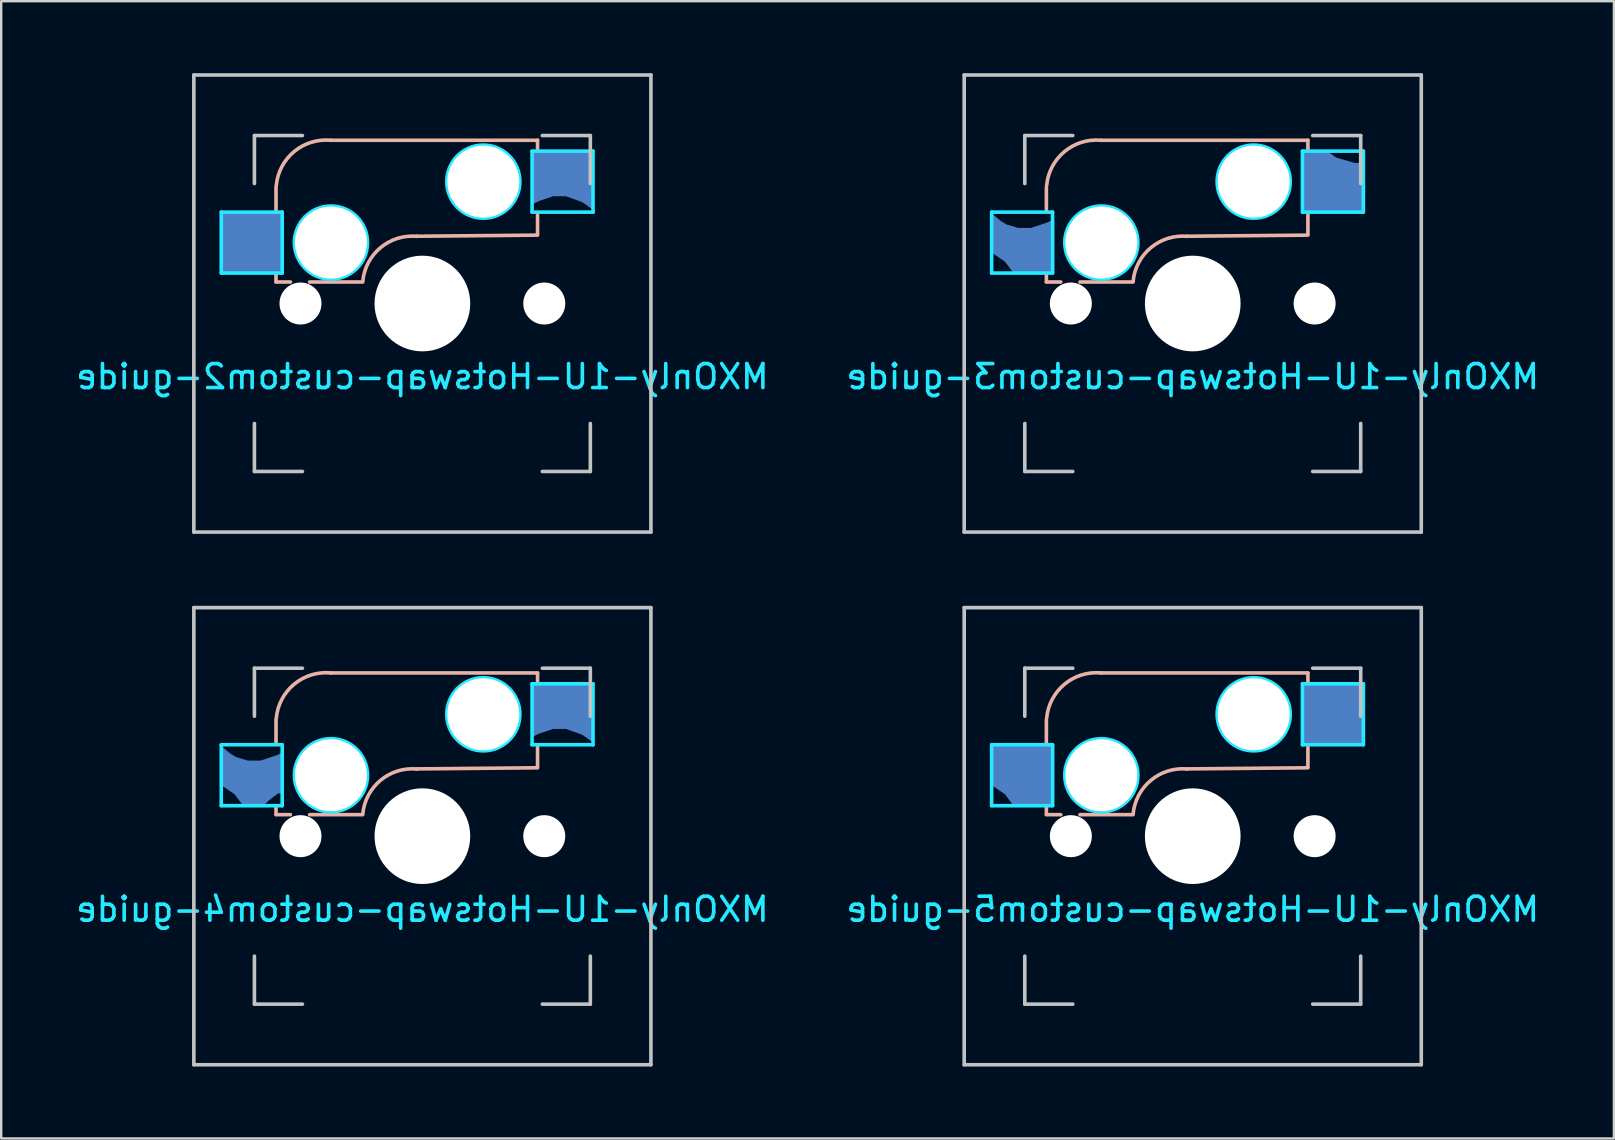
<source format=kicad_pcb>
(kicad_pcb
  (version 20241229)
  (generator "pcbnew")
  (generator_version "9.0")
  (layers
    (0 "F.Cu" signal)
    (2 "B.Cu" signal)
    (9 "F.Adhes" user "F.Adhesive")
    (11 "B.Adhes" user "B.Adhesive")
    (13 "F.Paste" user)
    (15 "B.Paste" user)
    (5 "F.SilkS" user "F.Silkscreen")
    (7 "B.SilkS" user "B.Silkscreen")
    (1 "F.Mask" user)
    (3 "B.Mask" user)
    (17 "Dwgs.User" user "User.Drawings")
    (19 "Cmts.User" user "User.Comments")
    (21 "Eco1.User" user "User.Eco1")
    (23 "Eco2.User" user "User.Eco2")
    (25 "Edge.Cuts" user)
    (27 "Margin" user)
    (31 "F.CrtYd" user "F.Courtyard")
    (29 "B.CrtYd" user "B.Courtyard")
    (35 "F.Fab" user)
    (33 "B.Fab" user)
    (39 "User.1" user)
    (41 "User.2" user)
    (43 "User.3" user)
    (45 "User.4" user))
  (footprint "MXOnly-1U-Hotswap-custom2-guide"
    (layer "F.Cu")
    (at 14.554 9.6)
    (property "Reference" "MXOnly-1U-Hotswap-custom2-guide" (at 0 3.048 0) (layer "B.CrtYd") (effects (font (size 1 1) (thickness 0.15)) (justify mirror)))
    (attr smd)
    (fp_line (start -6.1 -4.85) (end -6.1 -3.9) (stroke (width 0.15) (type solid)) (layer "B.SilkS"))
    (fp_line (start -6.1 -1.2) (end -6.1 -0.905) (stroke (width 0.15) (type solid)) (layer "B.SilkS"))
    (fp_line (start -6.1 -0.896) (end -5.5 -0.896) (stroke (width 0.15) (type solid)) (layer "B.SilkS"))
    (fp_line (start -4.7 -0.896) (end -2.49 -0.896) (stroke (width 0.15) (type solid)) (layer "B.SilkS"))
    (fp_line (start 4.8 -6.804) (end -3.825 -6.804) (stroke (width 0.15) (type solid)) (layer "B.SilkS"))
    (fp_line (start 4.8 -6.45) (end 4.8 -6.804) (stroke (width 0.15) (type solid)) (layer "B.SilkS"))
    (fp_line (start 4.8 -2.896) (end 4.8 -3.7) (stroke (width 0.15) (type solid)) (layer "B.SilkS"))
    (fp_line (start 4.8 -2.85) (end -0.25 -2.804) (stroke (width 0.15) (type solid)) (layer "B.SilkS"))
    (fp_arc (start -6.089 -4.92) (mid -5.347189 -6.33089) (end -3.825 -6.804) (stroke (width 0.15) (type solid)) (layer "B.SilkS"))
    (fp_arc (start -2.485 -0.92) (mid -1.744361 -2.328061) (end -0.225 -2.8) (stroke (width 0.15) (type solid)) (layer "B.SilkS"))
    (fp_line (start -9.525 -9.525) (end 9.525 -9.525) (stroke (width 0.15) (type solid)) (layer "Dwgs.User"))
    (fp_line (start -9.525 9.525) (end -9.525 -9.525) (stroke (width 0.15) (type solid)) (layer "Dwgs.User"))
    (fp_line (start -7 -7) (end -7 -5) (stroke (width 0.15) (type solid)) (layer "Dwgs.User"))
    (fp_line (start -7 5) (end -7 7) (stroke (width 0.15) (type solid)) (layer "Dwgs.User"))
    (fp_line (start -7 7) (end -5 7) (stroke (width 0.15) (type solid)) (layer "Dwgs.User"))
    (fp_line (start -5 -7) (end -7 -7) (stroke (width 0.15) (type solid)) (layer "Dwgs.User"))
    (fp_line (start 5 -7) (end 7 -7) (stroke (width 0.15) (type solid)) (layer "Dwgs.User"))
    (fp_line (start 5 7) (end 7 7) (stroke (width 0.15) (type solid)) (layer "Dwgs.User"))
    (fp_line (start 7 -7) (end 7 -5) (stroke (width 0.15) (type solid)) (layer "Dwgs.User"))
    (fp_line (start 7 7) (end 7 5) (stroke (width 0.15) (type solid)) (layer "Dwgs.User"))
    (fp_line (start 9.525 -9.525) (end 9.525 9.525) (stroke (width 0.15) (type solid)) (layer "Dwgs.User"))
    (fp_line (start 9.525 9.525) (end -9.525 9.525) (stroke (width 0.15) (type solid)) (layer "Dwgs.User"))
    (fp_line (start -8.382 -3.81) (end -8.382 -1.27) (stroke (width 0.15) (type solid)) (layer "B.CrtYd"))
    (fp_line (start -8.382 -1.27) (end -5.842 -1.27) (stroke (width 0.15) (type solid)) (layer "B.CrtYd"))
    (fp_line (start -5.842 -3.81) (end -8.382 -3.81) (stroke (width 0.15) (type solid)) (layer "B.CrtYd"))
    (fp_line (start -5.842 -1.27) (end -5.842 -3.81) (stroke (width 0.15) (type solid)) (layer "B.CrtYd"))
    (fp_line (start 4.572 -6.35) (end 7.112 -6.35) (stroke (width 0.15) (type solid)) (layer "B.CrtYd"))
    (fp_line (start 4.572 -3.81) (end 4.572 -6.35) (stroke (width 0.15) (type solid)) (layer "B.CrtYd"))
    (fp_line (start 7.112 -6.35) (end 7.112 -3.81) (stroke (width 0.15) (type solid)) (layer "B.CrtYd"))
    (fp_line (start 7.112 -3.81) (end 4.572 -3.81) (stroke (width 0.15) (type solid)) (layer "B.CrtYd"))
    (fp_circle (center -3.81 -2.54) (end -3.81 -4.064) (stroke (width 0.15) (type solid)) (fill no) (layer "B.CrtYd"))
    (fp_circle (center 2.54 -5.08) (end 2.54 -6.604) (stroke (width 0.15) (type solid)) (fill no) (layer "B.CrtYd"))
    (pad "" np_thru_hole circle (at -5.08 0 48.1) (size 1.75 1.75) (drill 1.75) (layers "*.Cu" "*.Mask"))
    (pad "" np_thru_hole circle (at -3.81 -2.54) (size 3 3) (drill 3) (layers "*.Cu" "*.Mask"))
    (pad "" np_thru_hole circle (at 0 0) (size 3.988 3.988) (drill 3.988) (layers "*.Cu" "*.Mask"))
    (pad "" np_thru_hole circle (at 2.54 -5.08) (size 3 3) (drill 3) (layers "*.Cu" "*.Mask"))
    (pad "" np_thru_hole circle (at 5.08 0 48.1) (size 1.75 1.75) (drill 1.75) (layers "*.Cu" "*.Mask"))
    (pad "1" smd rect (at -7.085 -2.54) (size 2.55 2.5) (layers "B.Cu" "B.Mask" "B.Paste"))
    (pad "2" smd custom (at 5.842 -5.08) (size 0.1 0.1) (layers "B.Cu" "B.Mask" "B.Paste") (options (anchor rect)) (primitives (gr_poly (pts (xy -1.25 -1.25) (xy 1.25 -1.25) (xy 1.25 1.05) (xy 1.2 1.05) (xy 0.85 0.8) (xy 0.15 0.55) (xy -0.4 0.55) (xy -1 0.75) (xy -1.2 0.85) (xy -1.25 0.85)) (width 0.12) (fill yes)))))
  (footprint "MXOnly-1U-Hotswap-custom5-guide"
    (layer "F.Cu")
    (at 46.661 31.8)
    (property "Reference" "MXOnly-1U-Hotswap-custom5-guide" (at 0 3.048 0) (layer "B.CrtYd") (effects (font (size 1 1) (thickness 0.15)) (justify mirror)))
    (attr smd)
    (fp_line (start -6.1 -4.85) (end -6.1 -3.9) (stroke (width 0.15) (type solid)) (layer "B.SilkS"))
    (fp_line (start -6.1 -1.2) (end -6.1 -0.905) (stroke (width 0.15) (type solid)) (layer "B.SilkS"))
    (fp_line (start -6.1 -0.896) (end -5.5 -0.896) (stroke (width 0.15) (type solid)) (layer "B.SilkS"))
    (fp_line (start -4.7 -0.896) (end -2.49 -0.896) (stroke (width 0.15) (type solid)) (layer "B.SilkS"))
    (fp_line (start 4.8 -6.804) (end -3.825 -6.804) (stroke (width 0.15) (type solid)) (layer "B.SilkS"))
    (fp_line (start 4.8 -6.45) (end 4.8 -6.804) (stroke (width 0.15) (type solid)) (layer "B.SilkS"))
    (fp_line (start 4.8 -2.896) (end 4.8 -3.7) (stroke (width 0.15) (type solid)) (layer "B.SilkS"))
    (fp_line (start 4.8 -2.85) (end -0.25 -2.804) (stroke (width 0.15) (type solid)) (layer "B.SilkS"))
    (fp_arc (start -6.089 -4.92) (mid -5.347189 -6.33089) (end -3.825 -6.804) (stroke (width 0.15) (type solid)) (layer "B.SilkS"))
    (fp_arc (start -2.485 -0.92) (mid -1.744361 -2.328061) (end -0.225 -2.8) (stroke (width 0.15) (type solid)) (layer "B.SilkS"))
    (fp_line (start -9.525 -9.525) (end 9.525 -9.525) (stroke (width 0.15) (type solid)) (layer "Dwgs.User"))
    (fp_line (start -9.525 9.525) (end -9.525 -9.525) (stroke (width 0.15) (type solid)) (layer "Dwgs.User"))
    (fp_line (start -7 -7) (end -7 -5) (stroke (width 0.15) (type solid)) (layer "Dwgs.User"))
    (fp_line (start -7 5) (end -7 7) (stroke (width 0.15) (type solid)) (layer "Dwgs.User"))
    (fp_line (start -7 7) (end -5 7) (stroke (width 0.15) (type solid)) (layer "Dwgs.User"))
    (fp_line (start -5 -7) (end -7 -7) (stroke (width 0.15) (type solid)) (layer "Dwgs.User"))
    (fp_line (start 5 -7) (end 7 -7) (stroke (width 0.15) (type solid)) (layer "Dwgs.User"))
    (fp_line (start 5 7) (end 7 7) (stroke (width 0.15) (type solid)) (layer "Dwgs.User"))
    (fp_line (start 7 -7) (end 7 -5) (stroke (width 0.15) (type solid)) (layer "Dwgs.User"))
    (fp_line (start 7 7) (end 7 5) (stroke (width 0.15) (type solid)) (layer "Dwgs.User"))
    (fp_line (start 9.525 -9.525) (end 9.525 9.525) (stroke (width 0.15) (type solid)) (layer "Dwgs.User"))
    (fp_line (start 9.525 9.525) (end -9.525 9.525) (stroke (width 0.15) (type solid)) (layer "Dwgs.User"))
    (fp_line (start -8.382 -3.81) (end -8.382 -1.27) (stroke (width 0.15) (type solid)) (layer "B.CrtYd"))
    (fp_line (start -8.382 -1.27) (end -5.842 -1.27) (stroke (width 0.15) (type solid)) (layer "B.CrtYd"))
    (fp_line (start -5.842 -3.81) (end -8.382 -3.81) (stroke (width 0.15) (type solid)) (layer "B.CrtYd"))
    (fp_line (start -5.842 -1.27) (end -5.842 -3.81) (stroke (width 0.15) (type solid)) (layer "B.CrtYd"))
    (fp_line (start 4.572 -6.35) (end 7.112 -6.35) (stroke (width 0.15) (type solid)) (layer "B.CrtYd"))
    (fp_line (start 4.572 -3.81) (end 4.572 -6.35) (stroke (width 0.15) (type solid)) (layer "B.CrtYd"))
    (fp_line (start 7.112 -6.35) (end 7.112 -3.81) (stroke (width 0.15) (type solid)) (layer "B.CrtYd"))
    (fp_line (start 7.112 -3.81) (end 4.572 -3.81) (stroke (width 0.15) (type solid)) (layer "B.CrtYd"))
    (fp_circle (center -3.81 -2.54) (end -3.81 -4.064) (stroke (width 0.15) (type solid)) (fill no) (layer "B.CrtYd"))
    (fp_circle (center 2.54 -5.08) (end 2.54 -6.604) (stroke (width 0.15) (type solid)) (fill no) (layer "B.CrtYd"))
    (pad "" np_thru_hole circle (at -5.08 0 48.1) (size 1.75 1.75) (drill 1.75) (layers "*.Cu" "*.Mask"))
    (pad "" np_thru_hole circle (at -3.81 -2.54) (size 3 3) (drill 3) (layers "*.Cu" "*.Mask"))
    (pad "" np_thru_hole circle (at 0 0) (size 3.988 3.988) (drill 3.988) (layers "*.Cu" "*.Mask"))
    (pad "" np_thru_hole circle (at 2.54 -5.08) (size 3 3) (drill 3) (layers "*.Cu" "*.Mask"))
    (pad "" np_thru_hole circle (at 5.08 0 48.1) (size 1.75 1.75) (drill 1.75) (layers "*.Cu" "*.Mask"))
    (pad "1" smd custom (at -7.085 -2.54) (size 0.1 0.1) (layers "B.Cu" "B.Mask" "B.Paste") (options (anchor rect)) (primitives (gr_poly (pts (xy -1.25 -1.25) (xy 1.25 -1.25) (xy 1.25 1.25) (xy -0.325 1.25) (xy -0.7 0.75) (xy -1.25 0.375)) (width 0.12) (fill yes))))
    (pad "2" smd rect (at 5.842 -5.08) (size 2.55 2.5) (layers "B.Cu" "B.Mask" "B.Paste")))
  (footprint "MXOnly-1U-Hotswap-custom3-guide"
    (layer "F.Cu")
    (at 46.661 9.6)
    (property "Reference" "MXOnly-1U-Hotswap-custom3-guide" (at 0 3.048 0) (layer "B.CrtYd") (effects (font (size 1 1) (thickness 0.15)) (justify mirror)))
    (attr smd)
    (fp_line (start -6.1 -4.85) (end -6.1 -3.9) (stroke (width 0.15) (type solid)) (layer "B.SilkS"))
    (fp_line (start -6.1 -1.2) (end -6.1 -0.905) (stroke (width 0.15) (type solid)) (layer "B.SilkS"))
    (fp_line (start -6.1 -0.896) (end -5.5 -0.896) (stroke (width 0.15) (type solid)) (layer "B.SilkS"))
    (fp_line (start -4.7 -0.896) (end -2.49 -0.896) (stroke (width 0.15) (type solid)) (layer "B.SilkS"))
    (fp_line (start 4.8 -6.804) (end -3.825 -6.804) (stroke (width 0.15) (type solid)) (layer "B.SilkS"))
    (fp_line (start 4.8 -6.45) (end 4.8 -6.804) (stroke (width 0.15) (type solid)) (layer "B.SilkS"))
    (fp_line (start 4.8 -2.896) (end 4.8 -3.7) (stroke (width 0.15) (type solid)) (layer "B.SilkS"))
    (fp_line (start 4.8 -2.85) (end -0.25 -2.804) (stroke (width 0.15) (type solid)) (layer "B.SilkS"))
    (fp_arc (start -6.089 -4.92) (mid -5.347189 -6.33089) (end -3.825 -6.804) (stroke (width 0.15) (type solid)) (layer "B.SilkS"))
    (fp_arc (start -2.485 -0.92) (mid -1.744361 -2.328061) (end -0.225 -2.8) (stroke (width 0.15) (type solid)) (layer "B.SilkS"))
    (fp_line (start -9.525 -9.525) (end 9.525 -9.525) (stroke (width 0.15) (type solid)) (layer "Dwgs.User"))
    (fp_line (start -9.525 9.525) (end -9.525 -9.525) (stroke (width 0.15) (type solid)) (layer "Dwgs.User"))
    (fp_line (start -7 -7) (end -7 -5) (stroke (width 0.15) (type solid)) (layer "Dwgs.User"))
    (fp_line (start -7 5) (end -7 7) (stroke (width 0.15) (type solid)) (layer "Dwgs.User"))
    (fp_line (start -7 7) (end -5 7) (stroke (width 0.15) (type solid)) (layer "Dwgs.User"))
    (fp_line (start -5 -7) (end -7 -7) (stroke (width 0.15) (type solid)) (layer "Dwgs.User"))
    (fp_line (start 5 -7) (end 7 -7) (stroke (width 0.15) (type solid)) (layer "Dwgs.User"))
    (fp_line (start 5 7) (end 7 7) (stroke (width 0.15) (type solid)) (layer "Dwgs.User"))
    (fp_line (start 7 -7) (end 7 -5) (stroke (width 0.15) (type solid)) (layer "Dwgs.User"))
    (fp_line (start 7 7) (end 7 5) (stroke (width 0.15) (type solid)) (layer "Dwgs.User"))
    (fp_line (start 9.525 -9.525) (end 9.525 9.525) (stroke (width 0.15) (type solid)) (layer "Dwgs.User"))
    (fp_line (start 9.525 9.525) (end -9.525 9.525) (stroke (width 0.15) (type solid)) (layer "Dwgs.User"))
    (fp_line (start -8.382 -3.81) (end -8.382 -1.27) (stroke (width 0.15) (type solid)) (layer "B.CrtYd"))
    (fp_line (start -8.382 -1.27) (end -5.842 -1.27) (stroke (width 0.15) (type solid)) (layer "B.CrtYd"))
    (fp_line (start -5.842 -3.81) (end -8.382 -3.81) (stroke (width 0.15) (type solid)) (layer "B.CrtYd"))
    (fp_line (start -5.842 -1.27) (end -5.842 -3.81) (stroke (width 0.15) (type solid)) (layer "B.CrtYd"))
    (fp_line (start 4.572 -6.35) (end 7.112 -6.35) (stroke (width 0.15) (type solid)) (layer "B.CrtYd"))
    (fp_line (start 4.572 -3.81) (end 4.572 -6.35) (stroke (width 0.15) (type solid)) (layer "B.CrtYd"))
    (fp_line (start 7.112 -6.35) (end 7.112 -3.81) (stroke (width 0.15) (type solid)) (layer "B.CrtYd"))
    (fp_line (start 7.112 -3.81) (end 4.572 -3.81) (stroke (width 0.15) (type solid)) (layer "B.CrtYd"))
    (fp_circle (center -3.81 -2.54) (end -3.81 -4.064) (stroke (width 0.15) (type solid)) (fill no) (layer "B.CrtYd"))
    (fp_circle (center 2.54 -5.08) (end 2.54 -6.604) (stroke (width 0.15) (type solid)) (fill no) (layer "B.CrtYd"))
    (pad "" np_thru_hole circle (at -5.08 0 48.1) (size 1.75 1.75) (drill 1.75) (layers "*.Cu" "*.Mask"))
    (pad "" np_thru_hole circle (at -3.81 -2.54) (size 3 3) (drill 3) (layers "*.Cu" "*.Mask"))
    (pad "" np_thru_hole circle (at 0 0) (size 3.988 3.988) (drill 3.988) (layers "*.Cu" "*.Mask"))
    (pad "" np_thru_hole circle (at 2.54 -5.08) (size 3 3) (drill 3) (layers "*.Cu" "*.Mask"))
    (pad "" np_thru_hole circle (at 5.08 0 48.1) (size 1.75 1.75) (drill 1.75) (layers "*.Cu" "*.Mask"))
    (pad "1" smd custom (at -7.085 -2.54) (size 0.1 0.1) (layers "B.Cu" "B.Mask" "B.Paste") (options (anchor rect)) (primitives (gr_poly (pts (xy -1.25 -1.1) (xy -0.95 -0.85) (xy -0.7 -0.7) (xy -0.2 -0.55) (xy 0.35 -0.55) (xy 1.1 -0.8) (xy 1.25 -0.9) (xy 1.25 1.25) (xy -0.325 1.25) (xy -0.7 0.75) (xy -1.25 0.375)) (width 0.12) (fill yes))))
    (pad "2" smd custom (at 5.842 -5.08) (size 1 1) (layers "B.Cu" "B.Mask" "B.Paste") (options (anchor rect)) (primitives (gr_poly (pts (xy -1.25 -1.25) (xy -0.3 -1.25) (xy 0.1 -0.95) (xy 0.9 -0.72) (xy 1.25 -0.72) (xy 1.25 1.25) (xy -1.25 1.25)) (width 0.12) (fill yes)))))
  (footprint "MXOnly-1U-Hotswap-custom4-guide"
    (layer "F.Cu")
    (at 14.554 31.8)
    (property "Reference" "MXOnly-1U-Hotswap-custom4-guide" (at 0 3.048 0) (layer "B.CrtYd") (effects (font (size 1 1) (thickness 0.15)) (justify mirror)))
    (attr smd)
    (fp_line (start -6.1 -4.85) (end -6.1 -3.9) (stroke (width 0.15) (type solid)) (layer "B.SilkS"))
    (fp_line (start -6.1 -1.2) (end -6.1 -0.905) (stroke (width 0.15) (type solid)) (layer "B.SilkS"))
    (fp_line (start -6.1 -0.896) (end -5.5 -0.896) (stroke (width 0.15) (type solid)) (layer "B.SilkS"))
    (fp_line (start -4.7 -0.896) (end -2.49 -0.896) (stroke (width 0.15) (type solid)) (layer "B.SilkS"))
    (fp_line (start 4.8 -6.804) (end -3.825 -6.804) (stroke (width 0.15) (type solid)) (layer "B.SilkS"))
    (fp_line (start 4.8 -6.45) (end 4.8 -6.804) (stroke (width 0.15) (type solid)) (layer "B.SilkS"))
    (fp_line (start 4.8 -2.896) (end 4.8 -3.7) (stroke (width 0.15) (type solid)) (layer "B.SilkS"))
    (fp_line (start 4.8 -2.85) (end -0.25 -2.804) (stroke (width 0.15) (type solid)) (layer "B.SilkS"))
    (fp_arc (start -6.089 -4.92) (mid -5.347189 -6.33089) (end -3.825 -6.804) (stroke (width 0.15) (type solid)) (layer "B.SilkS"))
    (fp_arc (start -2.485 -0.92) (mid -1.744361 -2.328061) (end -0.225 -2.8) (stroke (width 0.15) (type solid)) (layer "B.SilkS"))
    (fp_line (start -9.525 -9.525) (end 9.525 -9.525) (stroke (width 0.15) (type solid)) (layer "Dwgs.User"))
    (fp_line (start -9.525 9.525) (end -9.525 -9.525) (stroke (width 0.15) (type solid)) (layer "Dwgs.User"))
    (fp_line (start -7 -7) (end -7 -5) (stroke (width 0.15) (type solid)) (layer "Dwgs.User"))
    (fp_line (start -7 5) (end -7 7) (stroke (width 0.15) (type solid)) (layer "Dwgs.User"))
    (fp_line (start -7 7) (end -5 7) (stroke (width 0.15) (type solid)) (layer "Dwgs.User"))
    (fp_line (start -5 -7) (end -7 -7) (stroke (width 0.15) (type solid)) (layer "Dwgs.User"))
    (fp_line (start 5 -7) (end 7 -7) (stroke (width 0.15) (type solid)) (layer "Dwgs.User"))
    (fp_line (start 5 7) (end 7 7) (stroke (width 0.15) (type solid)) (layer "Dwgs.User"))
    (fp_line (start 7 -7) (end 7 -5) (stroke (width 0.15) (type solid)) (layer "Dwgs.User"))
    (fp_line (start 7 7) (end 7 5) (stroke (width 0.15) (type solid)) (layer "Dwgs.User"))
    (fp_line (start 9.525 -9.525) (end 9.525 9.525) (stroke (width 0.15) (type solid)) (layer "Dwgs.User"))
    (fp_line (start 9.525 9.525) (end -9.525 9.525) (stroke (width 0.15) (type solid)) (layer "Dwgs.User"))
    (fp_line (start -8.382 -3.81) (end -8.382 -1.27) (stroke (width 0.15) (type solid)) (layer "B.CrtYd"))
    (fp_line (start -8.382 -1.27) (end -5.842 -1.27) (stroke (width 0.15) (type solid)) (layer "B.CrtYd"))
    (fp_line (start -5.842 -3.81) (end -8.382 -3.81) (stroke (width 0.15) (type solid)) (layer "B.CrtYd"))
    (fp_line (start -5.842 -1.27) (end -5.842 -3.81) (stroke (width 0.15) (type solid)) (layer "B.CrtYd"))
    (fp_line (start 4.572 -6.35) (end 7.112 -6.35) (stroke (width 0.15) (type solid)) (layer "B.CrtYd"))
    (fp_line (start 4.572 -3.81) (end 4.572 -6.35) (stroke (width 0.15) (type solid)) (layer "B.CrtYd"))
    (fp_line (start 7.112 -6.35) (end 7.112 -3.81) (stroke (width 0.15) (type solid)) (layer "B.CrtYd"))
    (fp_line (start 7.112 -3.81) (end 4.572 -3.81) (stroke (width 0.15) (type solid)) (layer "B.CrtYd"))
    (fp_circle (center -3.81 -2.54) (end -3.81 -4.064) (stroke (width 0.15) (type solid)) (fill no) (layer "B.CrtYd"))
    (fp_circle (center 2.54 -5.08) (end 2.54 -6.604) (stroke (width 0.15) (type solid)) (fill no) (layer "B.CrtYd"))
    (pad "" np_thru_hole circle (at -5.08 0 48.1) (size 1.75 1.75) (drill 1.75) (layers "*.Cu" "*.Mask"))
    (pad "" np_thru_hole circle (at -3.81 -2.54) (size 3 3) (drill 3) (layers "*.Cu" "*.Mask"))
    (pad "" np_thru_hole circle (at 0 0) (size 3.988 3.988) (drill 3.988) (layers "*.Cu" "*.Mask"))
    (pad "" np_thru_hole circle (at 2.54 -5.08) (size 3 3) (drill 3) (layers "*.Cu" "*.Mask"))
    (pad "" np_thru_hole circle (at 5.08 0 48.1) (size 1.75 1.75) (drill 1.75) (layers "*.Cu" "*.Mask"))
    (pad "1" smd custom (at -7.085 -2.54) (size 0.1 0.1) (layers "B.Cu" "B.Mask" "B.Paste") (options (anchor rect)) (primitives (gr_poly (pts (xy -1.25 -1.1) (xy -0.95 -0.85) (xy -0.7 -0.7) (xy -0.2 -0.55) (xy 0.35 -0.55) (xy 1.1 -0.8) (xy 1.25 -0.9) (xy 1.25 0.7) (xy 1.05 0.7) (xy 0.65 1) (xy 0.4 1.25) (xy -0.325 1.25) (xy -0.7 0.75) (xy -1.25 0.375)) (width 0.12) (fill yes))))
    (pad "2" smd custom (at 5.842 -5.08) (size 0.1 0.1) (layers "B.Cu" "B.Mask" "B.Paste") (options (anchor rect)) (primitives (gr_poly (pts (xy -1.25 -1.25) (xy 1.25 -1.25) (xy 1.25 1.05) (xy 1.2 1.05) (xy 0.85 0.8) (xy 0.15 0.55) (xy -0.4 0.55) (xy -1 0.75) (xy -1.2 0.85) (xy -1.25 0.85)) (width 0.12) (fill yes)))))
  (gr_rect
    (start -3 -3)
    (end 64.214 44.4)
    (stroke (width 0.1) (type default))
    (fill no)
    (layer "Edge.Cuts")))
</source>
